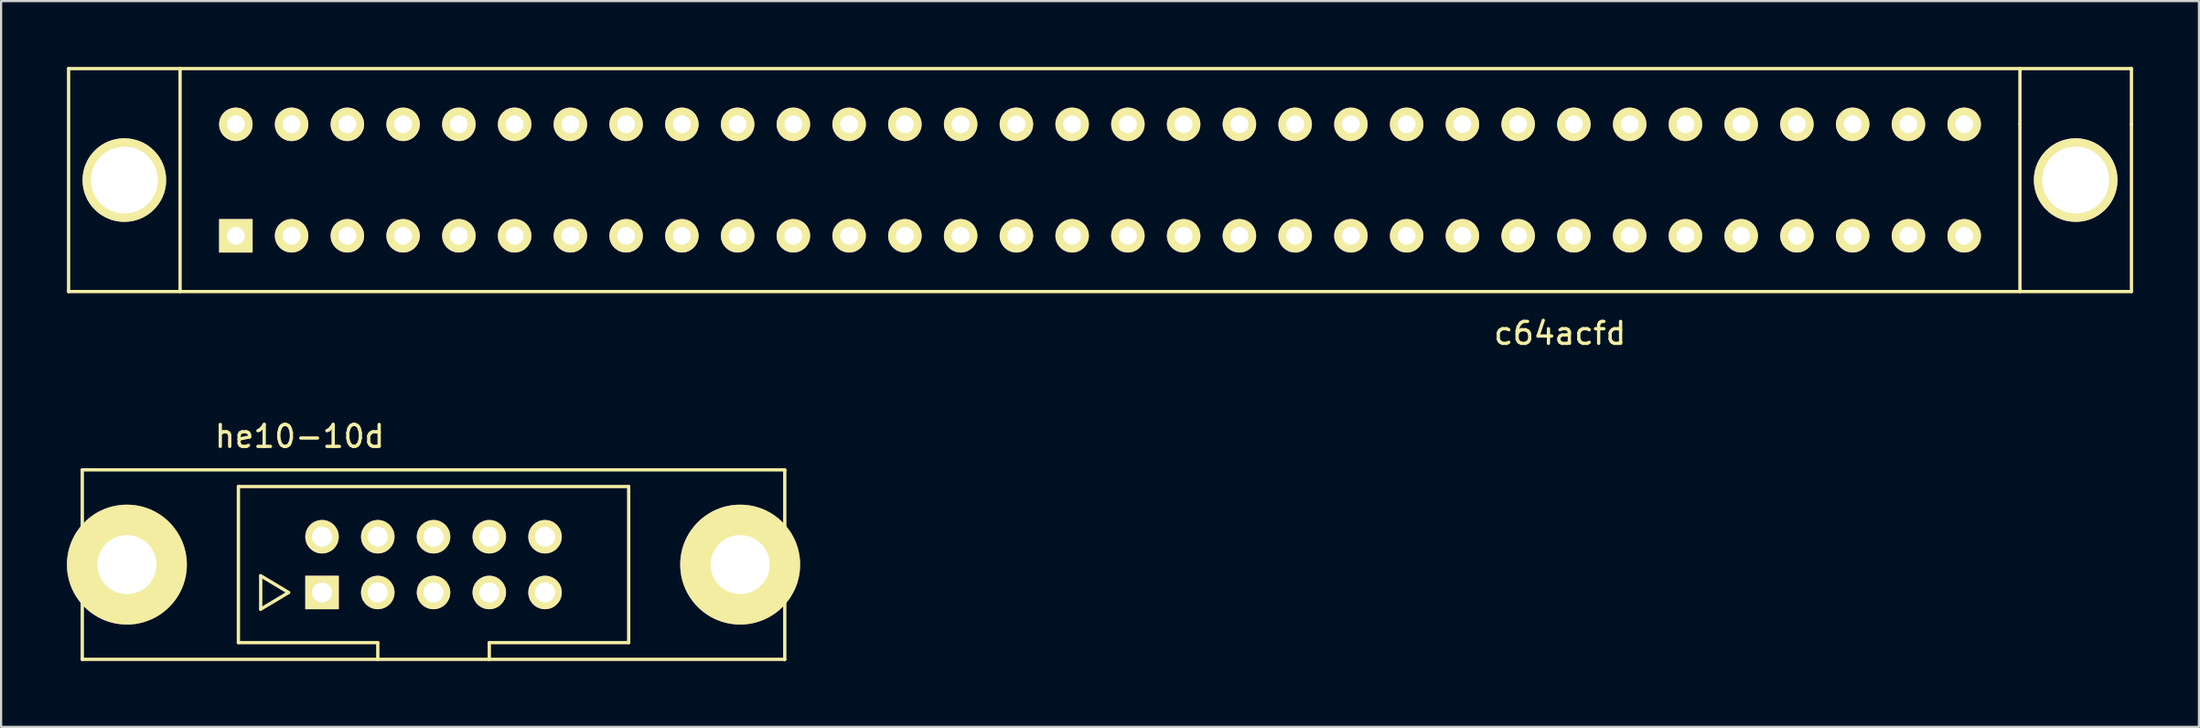
<source format=kicad_pcb>
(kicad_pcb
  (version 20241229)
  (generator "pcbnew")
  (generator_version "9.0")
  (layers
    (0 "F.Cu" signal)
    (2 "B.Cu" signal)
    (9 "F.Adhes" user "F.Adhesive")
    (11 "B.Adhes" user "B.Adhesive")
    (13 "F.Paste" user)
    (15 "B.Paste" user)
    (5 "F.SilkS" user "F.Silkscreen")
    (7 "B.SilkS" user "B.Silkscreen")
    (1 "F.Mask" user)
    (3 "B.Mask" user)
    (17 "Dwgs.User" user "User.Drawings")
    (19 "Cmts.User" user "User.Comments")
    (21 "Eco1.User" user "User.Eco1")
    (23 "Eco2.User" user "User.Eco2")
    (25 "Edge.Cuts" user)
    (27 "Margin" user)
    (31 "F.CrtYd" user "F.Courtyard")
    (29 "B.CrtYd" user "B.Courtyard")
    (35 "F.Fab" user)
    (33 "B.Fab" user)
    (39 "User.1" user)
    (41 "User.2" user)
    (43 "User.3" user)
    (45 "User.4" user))
  (footprint "he10-10d"
    (layer "F.Cu")
    (at 16.701 22.678)
    (property "Reference" "he10-10d" (at -6.096 -5.842 0) (layer "F.SilkS") (effects (font (size 1 1) (thickness 0.15))))
    (attr through_hole)
    (fp_line (start -16.002 -4.318) (end 16.002 -4.318) (stroke (width 0.15) (type solid)) (layer "F.SilkS"))
    (fp_line (start -16.002 4.318) (end -16.002 -4.318) (stroke (width 0.15) (type solid)) (layer "F.SilkS"))
    (fp_line (start -8.89 -3.556) (end 8.89 -3.556) (stroke (width 0.15) (type solid)) (layer "F.SilkS"))
    (fp_line (start -8.89 3.556) (end -8.89 -3.556) (stroke (width 0.15) (type solid)) (layer "F.SilkS"))
    (fp_line (start -7.874 0.508) (end -7.874 2.032) (stroke (width 0.15) (type solid)) (layer "F.SilkS"))
    (fp_line (start -7.874 2.032) (end -6.604 1.27) (stroke (width 0.15) (type solid)) (layer "F.SilkS"))
    (fp_line (start -6.604 1.27) (end -7.874 0.508) (stroke (width 0.15) (type solid)) (layer "F.SilkS"))
    (fp_line (start -2.54 3.556) (end -8.89 3.556) (stroke (width 0.15) (type solid)) (layer "F.SilkS"))
    (fp_line (start -2.54 4.318) (end -2.54 3.556) (stroke (width 0.15) (type solid)) (layer "F.SilkS"))
    (fp_line (start 2.54 3.556) (end 2.54 4.318) (stroke (width 0.15) (type solid)) (layer "F.SilkS"))
    (fp_line (start 8.89 3.556) (end 2.54 3.556) (stroke (width 0.15) (type solid)) (layer "F.SilkS"))
    (fp_line (start 8.89 3.556) (end 8.89 -3.556) (stroke (width 0.15) (type solid)) (layer "F.SilkS"))
    (fp_line (start 16.002 -4.318) (end 16.002 4.318) (stroke (width 0.15) (type solid)) (layer "F.SilkS"))
    (fp_line (start 16.002 4.318) (end -16.002 4.318) (stroke (width 0.15) (type solid)) (layer "F.SilkS"))
    (pad "" thru_hole circle (at -13.97 0) (size 5.461 5.461) (drill 2.692) (layers "*.Cu" "*.Mask" "F.SilkS"))
    (pad "" thru_hole circle (at 13.97 0) (size 5.461 5.461) (drill 2.692) (layers "*.Cu" "*.Mask" "F.SilkS"))
    (pad "1" thru_hole rect (at -5.08 1.27) (size 1.524 1.524) (drill 0.914) (layers "*.Cu" "*.Mask" "F.SilkS"))
    (pad "2" thru_hole circle (at -5.08 -1.27) (size 1.524 1.524) (drill 0.914) (layers "*.Cu" "*.Mask" "F.SilkS"))
    (pad "3" thru_hole circle (at -2.54 1.27) (size 1.524 1.524) (drill 0.914) (layers "*.Cu" "*.Mask" "F.SilkS"))
    (pad "4" thru_hole circle (at -2.54 -1.27) (size 1.524 1.524) (drill 0.914) (layers "*.Cu" "*.Mask" "F.SilkS"))
    (pad "5" thru_hole circle (at 0 1.27) (size 1.524 1.524) (drill 0.914) (layers "*.Cu" "*.Mask" "F.SilkS"))
    (pad "6" thru_hole circle (at 0 -1.27) (size 1.524 1.524) (drill 0.914) (layers "*.Cu" "*.Mask" "F.SilkS"))
    (pad "7" thru_hole circle (at 2.54 1.27) (size 1.524 1.524) (drill 0.914) (layers "*.Cu" "*.Mask" "F.SilkS"))
    (pad "8" thru_hole circle (at 2.54 -1.27) (size 1.524 1.524) (drill 0.914) (layers "*.Cu" "*.Mask" "F.SilkS"))
    (pad "9" thru_hole circle (at 5.08 1.27) (size 1.524 1.524) (drill 0.914) (layers "*.Cu" "*.Mask" "F.SilkS"))
    (pad "10" thru_hole circle (at 5.08 -1.27) (size 1.524 1.524) (drill 0.914) (layers "*.Cu" "*.Mask" "F.SilkS")))
  (footprint "c64acfd"
    (layer "F.Cu")
    (at 47.065 5.155)
    (property "Reference" "c64acfd" (at 20.955 6.985 0) (layer "F.SilkS") (effects (font (size 1 1) (thickness 0.15))))
    (attr through_hole)
    (fp_line (start -46.99 5.08) (end -46.99 -5.08) (stroke (width 0.15) (type solid)) (layer "F.SilkS"))
    (fp_line (start -41.91 -5.08) (end -41.91 5.08) (stroke (width 0.15) (type solid)) (layer "F.SilkS"))
    (fp_line (start 41.91 -2.54) (end 41.91 -5.08) (stroke (width 0.15) (type solid)) (layer "F.SilkS"))
    (fp_line (start 41.91 -2.54) (end 41.91 5.08) (stroke (width 0.15) (type solid)) (layer "F.SilkS"))
    (fp_line (start 46.99 -5.08) (end -46.99 -5.08) (stroke (width 0.15) (type solid)) (layer "F.SilkS"))
    (fp_line (start 46.99 -2.54) (end 46.99 -5.08) (stroke (width 0.15) (type solid)) (layer "F.SilkS"))
    (fp_line (start 46.99 -2.54) (end 46.99 5.08) (stroke (width 0.15) (type solid)) (layer "F.SilkS"))
    (fp_line (start 46.99 5.08) (end -46.99 5.08) (stroke (width 0.15) (type solid)) (layer "F.SilkS"))
    (pad "65" thru_hole circle (at 44.45 0) (size 3.81 3.81) (drill 3.048) (layers "*.Cu" "*.Mask" "F.SilkS"))
    (pad "66" thru_hole circle (at -44.45 0) (size 3.81 3.81) (drill 3.048) (layers "*.Cu" "*.Mask" "F.SilkS"))
    (pad "A1" thru_hole rect (at -39.37 2.54) (size 1.524 1.524) (drill 0.813) (layers "*.Cu" "*.Mask" "F.SilkS"))
    (pad "A2" thru_hole circle (at -36.83 2.54) (size 1.524 1.524) (drill 0.813) (layers "*.Cu" "*.Mask" "F.SilkS"))
    (pad "A3" thru_hole circle (at -34.29 2.54) (size 1.524 1.524) (drill 0.813) (layers "*.Cu" "*.Mask" "F.SilkS"))
    (pad "A4" thru_hole circle (at -31.75 2.54) (size 1.524 1.524) (drill 0.813) (layers "*.Cu" "*.Mask" "F.SilkS"))
    (pad "A5" thru_hole circle (at -29.21 2.54) (size 1.524 1.524) (drill 0.813) (layers "*.Cu" "*.Mask" "F.SilkS"))
    (pad "A6" thru_hole circle (at -26.67 2.54) (size 1.524 1.524) (drill 0.813) (layers "*.Cu" "*.Mask" "F.SilkS"))
    (pad "A7" thru_hole circle (at -24.13 2.54) (size 1.524 1.524) (drill 0.813) (layers "*.Cu" "*.Mask" "F.SilkS"))
    (pad "A8" thru_hole circle (at -21.59 2.54) (size 1.524 1.524) (drill 0.813) (layers "*.Cu" "*.Mask" "F.SilkS"))
    (pad "A9" thru_hole circle (at -19.05 2.54) (size 1.524 1.524) (drill 0.813) (layers "*.Cu" "*.Mask" "F.SilkS"))
    (pad "A10" thru_hole circle (at -16.51 2.54) (size 1.524 1.524) (drill 0.813) (layers "*.Cu" "*.Mask" "F.SilkS"))
    (pad "A11" thru_hole circle (at -13.97 2.54) (size 1.524 1.524) (drill 0.813) (layers "*.Cu" "*.Mask" "F.SilkS"))
    (pad "A12" thru_hole circle (at -11.43 2.54) (size 1.524 1.524) (drill 0.813) (layers "*.Cu" "*.Mask" "F.SilkS"))
    (pad "A13" thru_hole circle (at -8.89 2.54) (size 1.524 1.524) (drill 0.813) (layers "*.Cu" "*.Mask" "F.SilkS"))
    (pad "A14" thru_hole circle (at -6.35 2.54) (size 1.524 1.524) (drill 0.813) (layers "*.Cu" "*.Mask" "F.SilkS"))
    (pad "A15" thru_hole circle (at -3.81 2.54) (size 1.524 1.524) (drill 0.813) (layers "*.Cu" "*.Mask" "F.SilkS"))
    (pad "A16" thru_hole circle (at -1.27 2.54) (size 1.524 1.524) (drill 0.813) (layers "*.Cu" "*.Mask" "F.SilkS"))
    (pad "A17" thru_hole circle (at 1.27 2.54) (size 1.524 1.524) (drill 0.813) (layers "*.Cu" "*.Mask" "F.SilkS"))
    (pad "A18" thru_hole circle (at 3.81 2.54) (size 1.524 1.524) (drill 0.813) (layers "*.Cu" "*.Mask" "F.SilkS"))
    (pad "A19" thru_hole circle (at 6.35 2.54) (size 1.524 1.524) (drill 0.813) (layers "*.Cu" "*.Mask" "F.SilkS"))
    (pad "A20" thru_hole circle (at 8.89 2.54) (size 1.524 1.524) (drill 0.813) (layers "*.Cu" "*.Mask" "F.SilkS"))
    (pad "A21" thru_hole circle (at 11.43 2.54) (size 1.524 1.524) (drill 0.813) (layers "*.Cu" "*.Mask" "F.SilkS"))
    (pad "A22" thru_hole circle (at 13.97 2.54) (size 1.524 1.524) (drill 0.813) (layers "*.Cu" "*.Mask" "F.SilkS"))
    (pad "A23" thru_hole circle (at 16.51 2.54) (size 1.524 1.524) (drill 0.813) (layers "*.Cu" "*.Mask" "F.SilkS"))
    (pad "A24" thru_hole circle (at 19.05 2.54) (size 1.524 1.524) (drill 0.813) (layers "*.Cu" "*.Mask" "F.SilkS"))
    (pad "A25" thru_hole circle (at 21.59 2.54) (size 1.524 1.524) (drill 0.813) (layers "*.Cu" "*.Mask" "F.SilkS"))
    (pad "A26" thru_hole circle (at 24.13 2.54) (size 1.524 1.524) (drill 0.813) (layers "*.Cu" "*.Mask" "F.SilkS"))
    (pad "A27" thru_hole circle (at 26.67 2.54) (size 1.524 1.524) (drill 0.813) (layers "*.Cu" "*.Mask" "F.SilkS"))
    (pad "A28" thru_hole circle (at 29.21 2.54) (size 1.524 1.524) (drill 0.813) (layers "*.Cu" "*.Mask" "F.SilkS"))
    (pad "A29" thru_hole circle (at 31.75 2.54) (size 1.524 1.524) (drill 0.813) (layers "*.Cu" "*.Mask" "F.SilkS"))
    (pad "A30" thru_hole circle (at 34.29 2.54) (size 1.524 1.524) (drill 0.813) (layers "*.Cu" "*.Mask" "F.SilkS"))
    (pad "A31" thru_hole circle (at 36.83 2.54) (size 1.524 1.524) (drill 0.813) (layers "*.Cu" "*.Mask" "F.SilkS"))
    (pad "A32" thru_hole circle (at 39.37 2.54) (size 1.524 1.524) (drill 0.813) (layers "*.Cu" "*.Mask" "F.SilkS"))
    (pad "C1" thru_hole circle (at -39.37 -2.54) (size 1.524 1.524) (drill 0.813) (layers "*.Cu" "*.Mask" "F.SilkS"))
    (pad "C2" thru_hole circle (at -36.83 -2.54) (size 1.524 1.524) (drill 0.813) (layers "*.Cu" "*.Mask" "F.SilkS"))
    (pad "C3" thru_hole circle (at -34.29 -2.54) (size 1.524 1.524) (drill 0.813) (layers "*.Cu" "*.Mask" "F.SilkS"))
    (pad "C4" thru_hole circle (at -31.75 -2.54) (size 1.524 1.524) (drill 0.813) (layers "*.Cu" "*.Mask" "F.SilkS"))
    (pad "C5" thru_hole circle (at -29.21 -2.54) (size 1.524 1.524) (drill 0.813) (layers "*.Cu" "*.Mask" "F.SilkS"))
    (pad "C6" thru_hole circle (at -26.67 -2.54) (size 1.524 1.524) (drill 0.813) (layers "*.Cu" "*.Mask" "F.SilkS"))
    (pad "C7" thru_hole circle (at -24.13 -2.54) (size 1.524 1.524) (drill 0.813) (layers "*.Cu" "*.Mask" "F.SilkS"))
    (pad "C8" thru_hole circle (at -21.59 -2.54) (size 1.524 1.524) (drill 0.813) (layers "*.Cu" "*.Mask" "F.SilkS"))
    (pad "C9" thru_hole circle (at -19.05 -2.54) (size 1.524 1.524) (drill 0.813) (layers "*.Cu" "*.Mask" "F.SilkS"))
    (pad "C10" thru_hole circle (at -16.51 -2.54) (size 1.524 1.524) (drill 0.813) (layers "*.Cu" "*.Mask" "F.SilkS"))
    (pad "C11" thru_hole circle (at -13.97 -2.54) (size 1.524 1.524) (drill 0.813) (layers "*.Cu" "*.Mask" "F.SilkS"))
    (pad "C12" thru_hole circle (at -11.43 -2.54) (size 1.524 1.524) (drill 0.813) (layers "*.Cu" "*.Mask" "F.SilkS"))
    (pad "C13" thru_hole circle (at -8.89 -2.54) (size 1.524 1.524) (drill 0.813) (layers "*.Cu" "*.Mask" "F.SilkS"))
    (pad "C14" thru_hole circle (at -6.35 -2.54) (size 1.524 1.524) (drill 0.813) (layers "*.Cu" "*.Mask" "F.SilkS"))
    (pad "C15" thru_hole circle (at -3.81 -2.54) (size 1.524 1.524) (drill 0.813) (layers "*.Cu" "*.Mask" "F.SilkS"))
    (pad "C16" thru_hole circle (at -1.27 -2.54) (size 1.524 1.524) (drill 0.813) (layers "*.Cu" "*.Mask" "F.SilkS"))
    (pad "C17" thru_hole circle (at 1.27 -2.54) (size 1.524 1.524) (drill 0.813) (layers "*.Cu" "*.Mask" "F.SilkS"))
    (pad "C18" thru_hole circle (at 3.81 -2.54) (size 1.524 1.524) (drill 0.813) (layers "*.Cu" "*.Mask" "F.SilkS"))
    (pad "C19" thru_hole circle (at 6.35 -2.54) (size 1.524 1.524) (drill 0.813) (layers "*.Cu" "*.Mask" "F.SilkS"))
    (pad "C20" thru_hole circle (at 8.89 -2.54) (size 1.524 1.524) (drill 0.813) (layers "*.Cu" "*.Mask" "F.SilkS"))
    (pad "C21" thru_hole circle (at 11.43 -2.54) (size 1.524 1.524) (drill 0.813) (layers "*.Cu" "*.Mask" "F.SilkS"))
    (pad "C22" thru_hole circle (at 13.97 -2.54) (size 1.524 1.524) (drill 0.813) (layers "*.Cu" "*.Mask" "F.SilkS"))
    (pad "C23" thru_hole circle (at 16.51 -2.54) (size 1.524 1.524) (drill 0.813) (layers "*.Cu" "*.Mask" "F.SilkS"))
    (pad "C24" thru_hole circle (at 19.05 -2.54) (size 1.524 1.524) (drill 0.813) (layers "*.Cu" "*.Mask" "F.SilkS"))
    (pad "C25" thru_hole circle (at 21.59 -2.54) (size 1.524 1.524) (drill 0.813) (layers "*.Cu" "*.Mask" "F.SilkS"))
    (pad "C26" thru_hole circle (at 24.13 -2.54) (size 1.524 1.524) (drill 0.813) (layers "*.Cu" "*.Mask" "F.SilkS"))
    (pad "C27" thru_hole circle (at 26.67 -2.54) (size 1.524 1.524) (drill 0.813) (layers "*.Cu" "*.Mask" "F.SilkS"))
    (pad "C28" thru_hole circle (at 29.21 -2.54) (size 1.524 1.524) (drill 0.813) (layers "*.Cu" "*.Mask" "F.SilkS"))
    (pad "C29" thru_hole circle (at 31.75 -2.54) (size 1.524 1.524) (drill 0.813) (layers "*.Cu" "*.Mask" "F.SilkS"))
    (pad "C30" thru_hole circle (at 34.29 -2.54) (size 1.524 1.524) (drill 0.813) (layers "*.Cu" "*.Mask" "F.SilkS"))
    (pad "C31" thru_hole circle (at 36.83 -2.54) (size 1.524 1.524) (drill 0.813) (layers "*.Cu" "*.Mask" "F.SilkS"))
    (pad "C32" thru_hole circle (at 39.37 -2.54) (size 1.524 1.524) (drill 0.813) (layers "*.Cu" "*.Mask" "F.SilkS")))
  (gr_rect
    (start -3 -3)
    (end 97.13 30.072)
    (stroke (width 0.1) (type default))
    (fill no)
    (layer "Edge.Cuts")))
</source>
